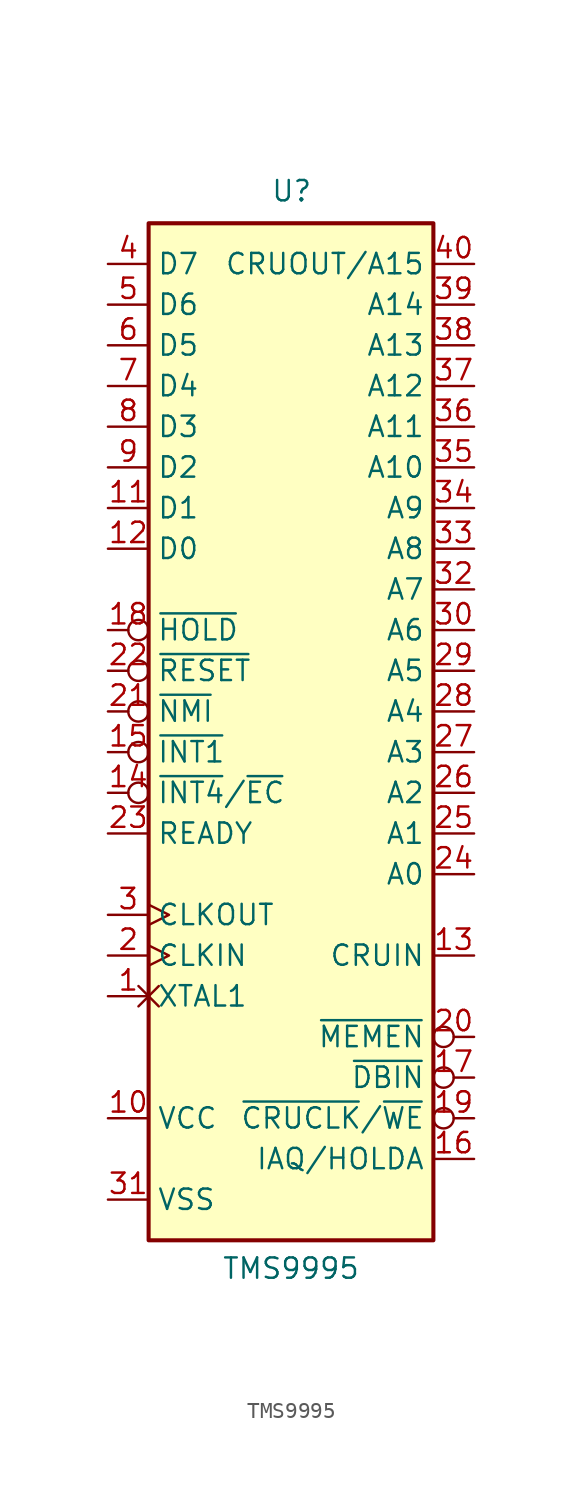
<source format=kicad_sym>
(kicad_symbol_lib
  (version 20231120)
  (generator "kicad_symbol_editor")
  (generator_version "8.0")
  (symbol "TMS9995"
    (property "Reference" "U"
      (at -1.27 31.75 0)
      (effects (font (size 1.27 1.27)) (justify left bottom)))
    (property "Value" "TMS9995"
      (at 0 -34.036 0)
      (effects (font (size 1.27 1.27)) (justify top)))
    (symbol "TMS9995_0_1"
      (rectangle (start -8.89 -33.02) (end 8.89 30.48) (stroke (width 0.254) (type default)) (fill (type background))))
    (symbol "TMS9995_1_1"
      (pin passive non_logic (at -11.43 -17.78 0) (length 2.54) (name "XTAL1" (effects (font (size 1.27 1.27)))) (number "1" (effects (font (size 1.27 1.27)))))
      (pin power_in line (at -11.43 -25.4 0) (length 2.54) (name "VCC" (effects (font (size 1.27 1.27)))) (number "10" (effects (font (size 1.27 1.27)))))
      (pin bidirectional line (at -11.43 12.7 0) (length 2.54) (name "D1" (effects (font (size 1.27 1.27)))) (number "11" (effects (font (size 1.27 1.27)))))
      (pin bidirectional line (at -11.43 10.16 0) (length 2.54) (name "D0" (effects (font (size 1.27 1.27)))) (number "12" (effects (font (size 1.27 1.27)))))
      (pin input line (at 11.43 -15.24 180) (length 2.54) (name "CRUIN" (effects (font (size 1.27 1.27)))) (number "13" (effects (font (size 1.27 1.27)))))
      (pin input inverted (at -11.43 -5.08 0) (length 2.54) (name "~{INT4}/~{EC}" (effects (font (size 1.27 1.27)))) (number "14" (effects (font (size 1.27 1.27)))))
      (pin input inverted (at -11.43 -2.54 0) (length 2.54) (name "~{INT1}" (effects (font (size 1.27 1.27)))) (number "15" (effects (font (size 1.27 1.27)))))
      (pin output line (at 11.43 -27.94 180) (length 2.54) (name "IAQ/HOLDA" (effects (font (size 1.27 1.27)))) (number "16" (effects (font (size 1.27 1.27)))))
      (pin output inverted (at 11.43 -22.86 180) (length 2.54) (name "~{DBIN}" (effects (font (size 1.27 1.27)))) (number "17" (effects (font (size 1.27 1.27)))))
      (pin input inverted (at -11.43 5.08 0) (length 2.54) (name "~{HOLD}" (effects (font (size 1.27 1.27)))) (number "18" (effects (font (size 1.27 1.27)))))
      (pin output inverted (at 11.43 -25.4 180) (length 2.54) (name "~{CRUCLK}/~{WE}" (effects (font (size 1.27 1.27)))) (number "19" (effects (font (size 1.27 1.27)))))
      (pin input clock (at -11.43 -15.24 0) (length 2.54) (name "CLKIN" (effects (font (size 1.27 1.27)))) (number "2" (effects (font (size 1.27 1.27)))))
      (pin output inverted (at 11.43 -20.32 180) (length 2.54) (name "~{MEMEN}" (effects (font (size 1.27 1.27)))) (number "20" (effects (font (size 1.27 1.27)))))
      (pin input inverted (at -11.43 0 0) (length 2.54) (name "~{NMI}" (effects (font (size 1.27 1.27)))) (number "21" (effects (font (size 1.27 1.27)))))
      (pin input inverted (at -11.43 2.54 0) (length 2.54) (name "~{RESET}" (effects (font (size 1.27 1.27)))) (number "22" (effects (font (size 1.27 1.27)))))
      (pin input line (at -11.43 -7.62 0) (length 2.54) (name "READY" (effects (font (size 1.27 1.27)))) (number "23" (effects (font (size 1.27 1.27)))))
      (pin output line (at 11.43 -10.16 180) (length 2.54) (name "A0" (effects (font (size 1.27 1.27)))) (number "24" (effects (font (size 1.27 1.27)))))
      (pin output line (at 11.43 -7.62 180) (length 2.54) (name "A1" (effects (font (size 1.27 1.27)))) (number "25" (effects (font (size 1.27 1.27)))))
      (pin output line (at 11.43 -5.08 180) (length 2.54) (name "A2" (effects (font (size 1.27 1.27)))) (number "26" (effects (font (size 1.27 1.27)))))
      (pin output line (at 11.43 -2.54 180) (length 2.54) (name "A3" (effects (font (size 1.27 1.27)))) (number "27" (effects (font (size 1.27 1.27)))))
      (pin output line (at 11.43 0 180) (length 2.54) (name "A4" (effects (font (size 1.27 1.27)))) (number "28" (effects (font (size 1.27 1.27)))))
      (pin output line (at 11.43 2.54 180) (length 2.54) (name "A5" (effects (font (size 1.27 1.27)))) (number "29" (effects (font (size 1.27 1.27)))))
      (pin output clock (at -11.43 -12.7 0) (length 2.54) (name "CLKOUT" (effects (font (size 1.27 1.27)))) (number "3" (effects (font (size 1.27 1.27)))))
      (pin output line (at 11.43 5.08 180) (length 2.54) (name "A6" (effects (font (size 1.27 1.27)))) (number "30" (effects (font (size 1.27 1.27)))))
      (pin power_in line (at -11.43 -30.48 0) (length 2.54) (name "VSS" (effects (font (size 1.27 1.27)))) (number "31" (effects (font (size 1.27 1.27)))))
      (pin output line (at 11.43 7.62 180) (length 2.54) (name "A7" (effects (font (size 1.27 1.27)))) (number "32" (effects (font (size 1.27 1.27)))))
      (pin output line (at 11.43 10.16 180) (length 2.54) (name "A8" (effects (font (size 1.27 1.27)))) (number "33" (effects (font (size 1.27 1.27)))))
      (pin output line (at 11.43 12.7 180) (length 2.54) (name "A9" (effects (font (size 1.27 1.27)))) (number "34" (effects (font (size 1.27 1.27)))))
      (pin output line (at 11.43 15.24 180) (length 2.54) (name "A10" (effects (font (size 1.27 1.27)))) (number "35" (effects (font (size 1.27 1.27)))))
      (pin output line (at 11.43 17.78 180) (length 2.54) (name "A11" (effects (font (size 1.27 1.27)))) (number "36" (effects (font (size 1.27 1.27)))))
      (pin output line (at 11.43 20.32 180) (length 2.54) (name "A12" (effects (font (size 1.27 1.27)))) (number "37" (effects (font (size 1.27 1.27)))))
      (pin output line (at 11.43 22.86 180) (length 2.54) (name "A13" (effects (font (size 1.27 1.27)))) (number "38" (effects (font (size 1.27 1.27)))))
      (pin output line (at 11.43 25.4 180) (length 2.54) (name "A14" (effects (font (size 1.27 1.27)))) (number "39" (effects (font (size 1.27 1.27)))))
      (pin bidirectional line (at -11.43 27.94 0) (length 2.54) (name "D7" (effects (font (size 1.27 1.27)))) (number "4" (effects (font (size 1.27 1.27)))))
      (pin output line (at 11.43 27.94 180) (length 2.54) (name "CRUOUT/A15" (effects (font (size 1.27 1.27)))) (number "40" (effects (font (size 1.27 1.27)))))
      (pin bidirectional line (at -11.43 25.4 0) (length 2.54) (name "D6" (effects (font (size 1.27 1.27)))) (number "5" (effects (font (size 1.27 1.27)))))
      (pin bidirectional line (at -11.43 22.86 0) (length 2.54) (name "D5" (effects (font (size 1.27 1.27)))) (number "6" (effects (font (size 1.27 1.27)))))
      (pin bidirectional line (at -11.43 20.32 0) (length 2.54) (name "D4" (effects (font (size 1.27 1.27)))) (number "7" (effects (font (size 1.27 1.27)))))
      (pin bidirectional line (at -11.43 17.78 0) (length 2.54) (name "D3" (effects (font (size 1.27 1.27)))) (number "8" (effects (font (size 1.27 1.27)))))
      (pin bidirectional line (at -11.43 15.24 0) (length 2.54) (name "D2" (effects (font (size 1.27 1.27)))) (number "9" (effects (font (size 1.27 1.27))))))))
</source>
